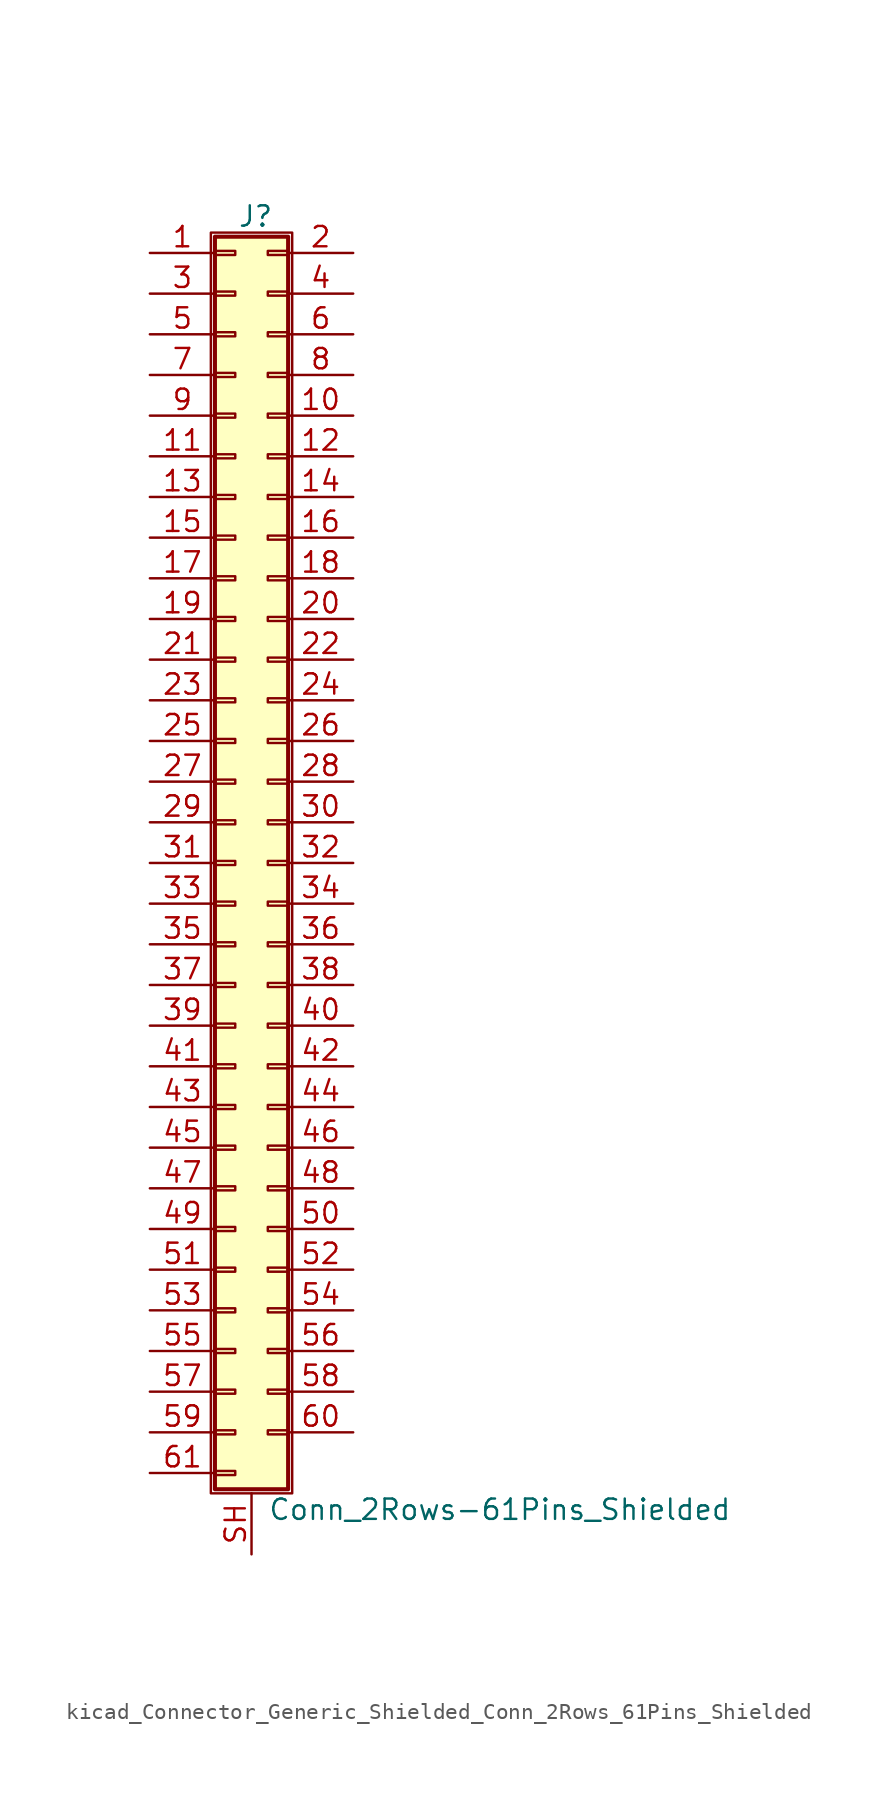
<source format=kicad_sym>
(kicad_symbol_lib
  (version 20220914)
  (generator kicad_symbol_editor)
  (symbol "kicad_Connector_Generic_Shielded_Conn_2Rows_61Pins_Shielded"
    (pin_names
      (offset 1.016) hide)
    (property "Reference" "J"
      (at 1.524 40.386 0)
      (effects (font (size 1.27 1.27))))
    (property "Value" "Conn_2Rows-61Pins_Shielded"
      (at 2.286 -40.386 0)
      (effects (font (size 1.27 1.27)) (justify left)))
    (symbol "kicad_Connector_Generic_Shielded_Conn_2Rows_61Pins_Shielded_1_1"
      (rectangle (start -1.27 39.37) (end 3.81 -39.37) (stroke (width 0.152) (type default)) (fill (type none)))
      (rectangle (start -1.016 -37.973) (end 0.254 -38.227) (stroke (width 0.152) (type default)) (fill (type none)))
      (rectangle (start -1.016 -35.433) (end 0.254 -35.687) (stroke (width 0.152) (type default)) (fill (type none)))
      (rectangle (start -1.016 -32.893) (end 0.254 -33.147) (stroke (width 0.152) (type default)) (fill (type none)))
      (rectangle (start -1.016 -30.353) (end 0.254 -30.607) (stroke (width 0.152) (type default)) (fill (type none)))
      (rectangle (start -1.016 -27.813) (end 0.254 -28.067) (stroke (width 0.152) (type default)) (fill (type none)))
      (rectangle (start -1.016 -25.273) (end 0.254 -25.527) (stroke (width 0.152) (type default)) (fill (type none)))
      (rectangle (start -1.016 -22.733) (end 0.254 -22.987) (stroke (width 0.152) (type default)) (fill (type none)))
      (rectangle (start -1.016 -20.193) (end 0.254 -20.447) (stroke (width 0.152) (type default)) (fill (type none)))
      (rectangle (start -1.016 -17.653) (end 0.254 -17.907) (stroke (width 0.152) (type default)) (fill (type none)))
      (rectangle (start -1.016 -15.113) (end 0.254 -15.367) (stroke (width 0.152) (type default)) (fill (type none)))
      (rectangle (start -1.016 -12.573) (end 0.254 -12.827) (stroke (width 0.152) (type default)) (fill (type none)))
      (rectangle (start -1.016 -10.033) (end 0.254 -10.287) (stroke (width 0.152) (type default)) (fill (type none)))
      (rectangle (start -1.016 -7.493) (end 0.254 -7.747) (stroke (width 0.152) (type default)) (fill (type none)))
      (rectangle (start -1.016 -4.953) (end 0.254 -5.207) (stroke (width 0.152) (type default)) (fill (type none)))
      (rectangle (start -1.016 -2.413) (end 0.254 -2.667) (stroke (width 0.152) (type default)) (fill (type none)))
      (rectangle (start -1.016 0.127) (end 0.254 -0.127) (stroke (width 0.152) (type default)) (fill (type none)))
      (rectangle (start -1.016 2.667) (end 0.254 2.413) (stroke (width 0.152) (type default)) (fill (type none)))
      (rectangle (start -1.016 5.207) (end 0.254 4.953) (stroke (width 0.152) (type default)) (fill (type none)))
      (rectangle (start -1.016 7.747) (end 0.254 7.493) (stroke (width 0.152) (type default)) (fill (type none)))
      (rectangle (start -1.016 10.287) (end 0.254 10.033) (stroke (width 0.152) (type default)) (fill (type none)))
      (rectangle (start -1.016 12.827) (end 0.254 12.573) (stroke (width 0.152) (type default)) (fill (type none)))
      (rectangle (start -1.016 15.367) (end 0.254 15.113) (stroke (width 0.152) (type default)) (fill (type none)))
      (rectangle (start -1.016 17.907) (end 0.254 17.653) (stroke (width 0.152) (type default)) (fill (type none)))
      (rectangle (start -1.016 20.447) (end 0.254 20.193) (stroke (width 0.152) (type default)) (fill (type none)))
      (rectangle (start -1.016 22.987) (end 0.254 22.733) (stroke (width 0.152) (type default)) (fill (type none)))
      (rectangle (start -1.016 25.527) (end 0.254 25.273) (stroke (width 0.152) (type default)) (fill (type none)))
      (rectangle (start -1.016 28.067) (end 0.254 27.813) (stroke (width 0.152) (type default)) (fill (type none)))
      (rectangle (start -1.016 30.607) (end 0.254 30.353) (stroke (width 0.152) (type default)) (fill (type none)))
      (rectangle (start -1.016 33.147) (end 0.254 32.893) (stroke (width 0.152) (type default)) (fill (type none)))
      (rectangle (start -1.016 35.687) (end 0.254 35.433) (stroke (width 0.152) (type default)) (fill (type none)))
      (rectangle (start -1.016 38.227) (end 0.254 37.973) (stroke (width 0.152) (type default)) (fill (type none)))
      (rectangle (start -1.016 39.116) (end 3.556 -39.116) (stroke (width 0.254) (type default)) (fill (type background)))
      (rectangle (start 3.556 -35.433) (end 2.286 -35.687) (stroke (width 0.152) (type default)) (fill (type none)))
      (rectangle (start 3.556 -32.893) (end 2.286 -33.147) (stroke (width 0.152) (type default)) (fill (type none)))
      (rectangle (start 3.556 -30.353) (end 2.286 -30.607) (stroke (width 0.152) (type default)) (fill (type none)))
      (rectangle (start 3.556 -27.813) (end 2.286 -28.067) (stroke (width 0.152) (type default)) (fill (type none)))
      (rectangle (start 3.556 -25.273) (end 2.286 -25.527) (stroke (width 0.152) (type default)) (fill (type none)))
      (rectangle (start 3.556 -22.733) (end 2.286 -22.987) (stroke (width 0.152) (type default)) (fill (type none)))
      (rectangle (start 3.556 -20.193) (end 2.286 -20.447) (stroke (width 0.152) (type default)) (fill (type none)))
      (rectangle (start 3.556 -17.653) (end 2.286 -17.907) (stroke (width 0.152) (type default)) (fill (type none)))
      (rectangle (start 3.556 -15.113) (end 2.286 -15.367) (stroke (width 0.152) (type default)) (fill (type none)))
      (rectangle (start 3.556 -12.573) (end 2.286 -12.827) (stroke (width 0.152) (type default)) (fill (type none)))
      (rectangle (start 3.556 -10.033) (end 2.286 -10.287) (stroke (width 0.152) (type default)) (fill (type none)))
      (rectangle (start 3.556 -7.493) (end 2.286 -7.747) (stroke (width 0.152) (type default)) (fill (type none)))
      (rectangle (start 3.556 -4.953) (end 2.286 -5.207) (stroke (width 0.152) (type default)) (fill (type none)))
      (rectangle (start 3.556 -2.413) (end 2.286 -2.667) (stroke (width 0.152) (type default)) (fill (type none)))
      (rectangle (start 3.556 0.127) (end 2.286 -0.127) (stroke (width 0.152) (type default)) (fill (type none)))
      (rectangle (start 3.556 2.667) (end 2.286 2.413) (stroke (width 0.152) (type default)) (fill (type none)))
      (rectangle (start 3.556 5.207) (end 2.286 4.953) (stroke (width 0.152) (type default)) (fill (type none)))
      (rectangle (start 3.556 7.747) (end 2.286 7.493) (stroke (width 0.152) (type default)) (fill (type none)))
      (rectangle (start 3.556 10.287) (end 2.286 10.033) (stroke (width 0.152) (type default)) (fill (type none)))
      (rectangle (start 3.556 12.827) (end 2.286 12.573) (stroke (width 0.152) (type default)) (fill (type none)))
      (rectangle (start 3.556 15.367) (end 2.286 15.113) (stroke (width 0.152) (type default)) (fill (type none)))
      (rectangle (start 3.556 17.907) (end 2.286 17.653) (stroke (width 0.152) (type default)) (fill (type none)))
      (rectangle (start 3.556 20.447) (end 2.286 20.193) (stroke (width 0.152) (type default)) (fill (type none)))
      (rectangle (start 3.556 22.987) (end 2.286 22.733) (stroke (width 0.152) (type default)) (fill (type none)))
      (rectangle (start 3.556 25.527) (end 2.286 25.273) (stroke (width 0.152) (type default)) (fill (type none)))
      (rectangle (start 3.556 28.067) (end 2.286 27.813) (stroke (width 0.152) (type default)) (fill (type none)))
      (rectangle (start 3.556 30.607) (end 2.286 30.353) (stroke (width 0.152) (type default)) (fill (type none)))
      (rectangle (start 3.556 33.147) (end 2.286 32.893) (stroke (width 0.152) (type default)) (fill (type none)))
      (rectangle (start 3.556 35.687) (end 2.286 35.433) (stroke (width 0.152) (type default)) (fill (type none)))
      (rectangle (start 3.556 38.227) (end 2.286 37.973) (stroke (width 0.152) (type default)) (fill (type none)))
      (pin passive line (at -5.08 38.1 0) (length 4.064) (name "Pin_1" (effects (font (size 1.27 1.27)))) (number "1" (effects (font (size 1.27 1.27)))))
      (pin passive line (at 7.62 27.94 180) (length 4.064) (name "Pin_10" (effects (font (size 1.27 1.27)))) (number "10" (effects (font (size 1.27 1.27)))))
      (pin passive line (at -5.08 25.4 0) (length 4.064) (name "Pin_11" (effects (font (size 1.27 1.27)))) (number "11" (effects (font (size 1.27 1.27)))))
      (pin passive line (at 7.62 25.4 180) (length 4.064) (name "Pin_12" (effects (font (size 1.27 1.27)))) (number "12" (effects (font (size 1.27 1.27)))))
      (pin passive line (at -5.08 22.86 0) (length 4.064) (name "Pin_13" (effects (font (size 1.27 1.27)))) (number "13" (effects (font (size 1.27 1.27)))))
      (pin passive line (at 7.62 22.86 180) (length 4.064) (name "Pin_14" (effects (font (size 1.27 1.27)))) (number "14" (effects (font (size 1.27 1.27)))))
      (pin passive line (at -5.08 20.32 0) (length 4.064) (name "Pin_15" (effects (font (size 1.27 1.27)))) (number "15" (effects (font (size 1.27 1.27)))))
      (pin passive line (at 7.62 20.32 180) (length 4.064) (name "Pin_16" (effects (font (size 1.27 1.27)))) (number "16" (effects (font (size 1.27 1.27)))))
      (pin passive line (at -5.08 17.78 0) (length 4.064) (name "Pin_17" (effects (font (size 1.27 1.27)))) (number "17" (effects (font (size 1.27 1.27)))))
      (pin passive line (at 7.62 17.78 180) (length 4.064) (name "Pin_18" (effects (font (size 1.27 1.27)))) (number "18" (effects (font (size 1.27 1.27)))))
      (pin passive line (at -5.08 15.24 0) (length 4.064) (name "Pin_19" (effects (font (size 1.27 1.27)))) (number "19" (effects (font (size 1.27 1.27)))))
      (pin passive line (at 7.62 38.1 180) (length 4.064) (name "Pin_2" (effects (font (size 1.27 1.27)))) (number "2" (effects (font (size 1.27 1.27)))))
      (pin passive line (at 7.62 15.24 180) (length 4.064) (name "Pin_20" (effects (font (size 1.27 1.27)))) (number "20" (effects (font (size 1.27 1.27)))))
      (pin passive line (at -5.08 12.7 0) (length 4.064) (name "Pin_21" (effects (font (size 1.27 1.27)))) (number "21" (effects (font (size 1.27 1.27)))))
      (pin passive line (at 7.62 12.7 180) (length 4.064) (name "Pin_22" (effects (font (size 1.27 1.27)))) (number "22" (effects (font (size 1.27 1.27)))))
      (pin passive line (at -5.08 10.16 0) (length 4.064) (name "Pin_23" (effects (font (size 1.27 1.27)))) (number "23" (effects (font (size 1.27 1.27)))))
      (pin passive line (at 7.62 10.16 180) (length 4.064) (name "Pin_24" (effects (font (size 1.27 1.27)))) (number "24" (effects (font (size 1.27 1.27)))))
      (pin passive line (at -5.08 7.62 0) (length 4.064) (name "Pin_25" (effects (font (size 1.27 1.27)))) (number "25" (effects (font (size 1.27 1.27)))))
      (pin passive line (at 7.62 7.62 180) (length 4.064) (name "Pin_26" (effects (font (size 1.27 1.27)))) (number "26" (effects (font (size 1.27 1.27)))))
      (pin passive line (at -5.08 5.08 0) (length 4.064) (name "Pin_27" (effects (font (size 1.27 1.27)))) (number "27" (effects (font (size 1.27 1.27)))))
      (pin passive line (at 7.62 5.08 180) (length 4.064) (name "Pin_28" (effects (font (size 1.27 1.27)))) (number "28" (effects (font (size 1.27 1.27)))))
      (pin passive line (at -5.08 2.54 0) (length 4.064) (name "Pin_29" (effects (font (size 1.27 1.27)))) (number "29" (effects (font (size 1.27 1.27)))))
      (pin passive line (at -5.08 35.56 0) (length 4.064) (name "Pin_3" (effects (font (size 1.27 1.27)))) (number "3" (effects (font (size 1.27 1.27)))))
      (pin passive line (at 7.62 2.54 180) (length 4.064) (name "Pin_30" (effects (font (size 1.27 1.27)))) (number "30" (effects (font (size 1.27 1.27)))))
      (pin passive line (at -5.08 0 0) (length 4.064) (name "Pin_31" (effects (font (size 1.27 1.27)))) (number "31" (effects (font (size 1.27 1.27)))))
      (pin passive line (at 7.62 0 180) (length 4.064) (name "Pin_32" (effects (font (size 1.27 1.27)))) (number "32" (effects (font (size 1.27 1.27)))))
      (pin passive line (at -5.08 -2.54 0) (length 4.064) (name "Pin_33" (effects (font (size 1.27 1.27)))) (number "33" (effects (font (size 1.27 1.27)))))
      (pin passive line (at 7.62 -2.54 180) (length 4.064) (name "Pin_34" (effects (font (size 1.27 1.27)))) (number "34" (effects (font (size 1.27 1.27)))))
      (pin passive line (at -5.08 -5.08 0) (length 4.064) (name "Pin_35" (effects (font (size 1.27 1.27)))) (number "35" (effects (font (size 1.27 1.27)))))
      (pin passive line (at 7.62 -5.08 180) (length 4.064) (name "Pin_36" (effects (font (size 1.27 1.27)))) (number "36" (effects (font (size 1.27 1.27)))))
      (pin passive line (at -5.08 -7.62 0) (length 4.064) (name "Pin_37" (effects (font (size 1.27 1.27)))) (number "37" (effects (font (size 1.27 1.27)))))
      (pin passive line (at 7.62 -7.62 180) (length 4.064) (name "Pin_38" (effects (font (size 1.27 1.27)))) (number "38" (effects (font (size 1.27 1.27)))))
      (pin passive line (at -5.08 -10.16 0) (length 4.064) (name "Pin_39" (effects (font (size 1.27 1.27)))) (number "39" (effects (font (size 1.27 1.27)))))
      (pin passive line (at 7.62 35.56 180) (length 4.064) (name "Pin_4" (effects (font (size 1.27 1.27)))) (number "4" (effects (font (size 1.27 1.27)))))
      (pin passive line (at 7.62 -10.16 180) (length 4.064) (name "Pin_40" (effects (font (size 1.27 1.27)))) (number "40" (effects (font (size 1.27 1.27)))))
      (pin passive line (at -5.08 -12.7 0) (length 4.064) (name "Pin_41" (effects (font (size 1.27 1.27)))) (number "41" (effects (font (size 1.27 1.27)))))
      (pin passive line (at 7.62 -12.7 180) (length 4.064) (name "Pin_42" (effects (font (size 1.27 1.27)))) (number "42" (effects (font (size 1.27 1.27)))))
      (pin passive line (at -5.08 -15.24 0) (length 4.064) (name "Pin_43" (effects (font (size 1.27 1.27)))) (number "43" (effects (font (size 1.27 1.27)))))
      (pin passive line (at 7.62 -15.24 180) (length 4.064) (name "Pin_44" (effects (font (size 1.27 1.27)))) (number "44" (effects (font (size 1.27 1.27)))))
      (pin passive line (at -5.08 -17.78 0) (length 4.064) (name "Pin_45" (effects (font (size 1.27 1.27)))) (number "45" (effects (font (size 1.27 1.27)))))
      (pin passive line (at 7.62 -17.78 180) (length 4.064) (name "Pin_46" (effects (font (size 1.27 1.27)))) (number "46" (effects (font (size 1.27 1.27)))))
      (pin passive line (at -5.08 -20.32 0) (length 4.064) (name "Pin_47" (effects (font (size 1.27 1.27)))) (number "47" (effects (font (size 1.27 1.27)))))
      (pin passive line (at 7.62 -20.32 180) (length 4.064) (name "Pin_48" (effects (font (size 1.27 1.27)))) (number "48" (effects (font (size 1.27 1.27)))))
      (pin passive line (at -5.08 -22.86 0) (length 4.064) (name "Pin_49" (effects (font (size 1.27 1.27)))) (number "49" (effects (font (size 1.27 1.27)))))
      (pin passive line (at -5.08 33.02 0) (length 4.064) (name "Pin_5" (effects (font (size 1.27 1.27)))) (number "5" (effects (font (size 1.27 1.27)))))
      (pin passive line (at 7.62 -22.86 180) (length 4.064) (name "Pin_50" (effects (font (size 1.27 1.27)))) (number "50" (effects (font (size 1.27 1.27)))))
      (pin passive line (at -5.08 -25.4 0) (length 4.064) (name "Pin_51" (effects (font (size 1.27 1.27)))) (number "51" (effects (font (size 1.27 1.27)))))
      (pin passive line (at 7.62 -25.4 180) (length 4.064) (name "Pin_52" (effects (font (size 1.27 1.27)))) (number "52" (effects (font (size 1.27 1.27)))))
      (pin passive line (at -5.08 -27.94 0) (length 4.064) (name "Pin_53" (effects (font (size 1.27 1.27)))) (number "53" (effects (font (size 1.27 1.27)))))
      (pin passive line (at 7.62 -27.94 180) (length 4.064) (name "Pin_54" (effects (font (size 1.27 1.27)))) (number "54" (effects (font (size 1.27 1.27)))))
      (pin passive line (at -5.08 -30.48 0) (length 4.064) (name "Pin_55" (effects (font (size 1.27 1.27)))) (number "55" (effects (font (size 1.27 1.27)))))
      (pin passive line (at 7.62 -30.48 180) (length 4.064) (name "Pin_56" (effects (font (size 1.27 1.27)))) (number "56" (effects (font (size 1.27 1.27)))))
      (pin passive line (at -5.08 -33.02 0) (length 4.064) (name "Pin_57" (effects (font (size 1.27 1.27)))) (number "57" (effects (font (size 1.27 1.27)))))
      (pin passive line (at 7.62 -33.02 180) (length 4.064) (name "Pin_58" (effects (font (size 1.27 1.27)))) (number "58" (effects (font (size 1.27 1.27)))))
      (pin passive line (at -5.08 -35.56 0) (length 4.064) (name "Pin_59" (effects (font (size 1.27 1.27)))) (number "59" (effects (font (size 1.27 1.27)))))
      (pin passive line (at 7.62 33.02 180) (length 4.064) (name "Pin_6" (effects (font (size 1.27 1.27)))) (number "6" (effects (font (size 1.27 1.27)))))
      (pin passive line (at 7.62 -35.56 180) (length 4.064) (name "Pin_60" (effects (font (size 1.27 1.27)))) (number "60" (effects (font (size 1.27 1.27)))))
      (pin passive line (at -5.08 -38.1 0) (length 4.064) (name "Pin_61" (effects (font (size 1.27 1.27)))) (number "61" (effects (font (size 1.27 1.27)))))
      (pin passive line (at -5.08 30.48 0) (length 4.064) (name "Pin_7" (effects (font (size 1.27 1.27)))) (number "7" (effects (font (size 1.27 1.27)))))
      (pin passive line (at 7.62 30.48 180) (length 4.064) (name "Pin_8" (effects (font (size 1.27 1.27)))) (number "8" (effects (font (size 1.27 1.27)))))
      (pin passive line (at -5.08 27.94 0) (length 4.064) (name "Pin_9" (effects (font (size 1.27 1.27)))) (number "9" (effects (font (size 1.27 1.27)))))
      (pin passive line (at 1.27 -43.18 90) (length 3.81) (name "Shield" (effects (font (size 1.27 1.27)))) (number "SH" (effects (font (size 1.27 1.27))))))))
</source>
